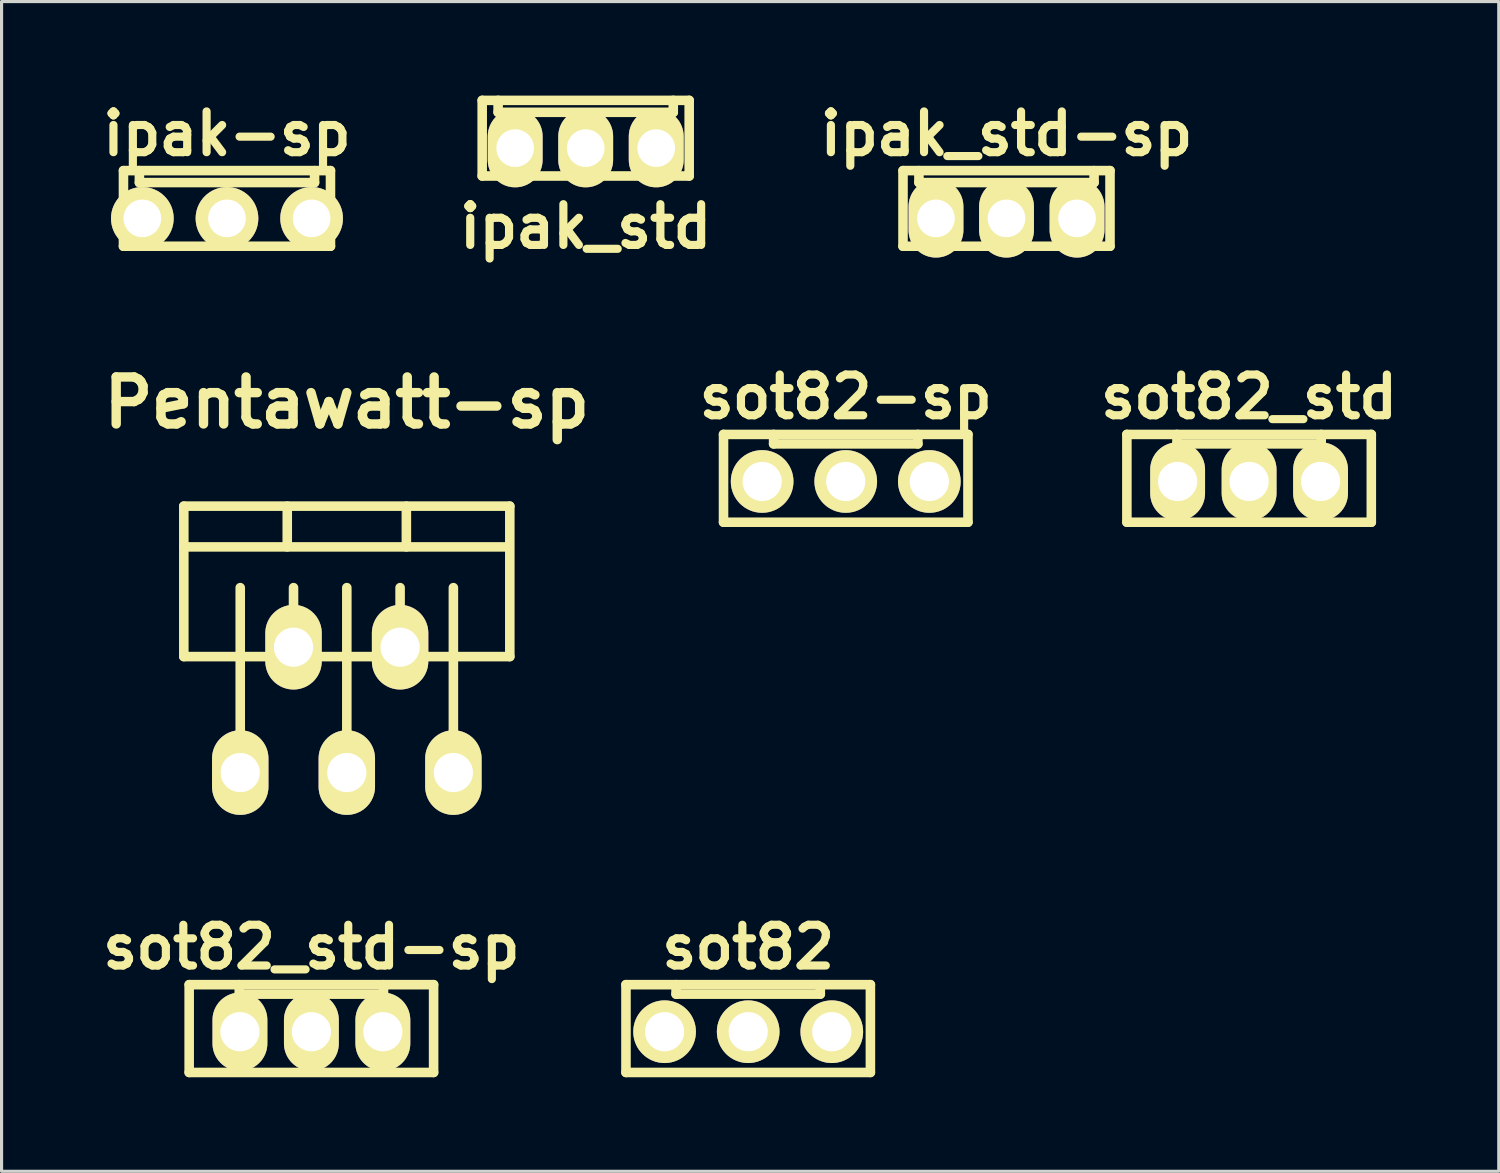
<source format=kicad_pcb>
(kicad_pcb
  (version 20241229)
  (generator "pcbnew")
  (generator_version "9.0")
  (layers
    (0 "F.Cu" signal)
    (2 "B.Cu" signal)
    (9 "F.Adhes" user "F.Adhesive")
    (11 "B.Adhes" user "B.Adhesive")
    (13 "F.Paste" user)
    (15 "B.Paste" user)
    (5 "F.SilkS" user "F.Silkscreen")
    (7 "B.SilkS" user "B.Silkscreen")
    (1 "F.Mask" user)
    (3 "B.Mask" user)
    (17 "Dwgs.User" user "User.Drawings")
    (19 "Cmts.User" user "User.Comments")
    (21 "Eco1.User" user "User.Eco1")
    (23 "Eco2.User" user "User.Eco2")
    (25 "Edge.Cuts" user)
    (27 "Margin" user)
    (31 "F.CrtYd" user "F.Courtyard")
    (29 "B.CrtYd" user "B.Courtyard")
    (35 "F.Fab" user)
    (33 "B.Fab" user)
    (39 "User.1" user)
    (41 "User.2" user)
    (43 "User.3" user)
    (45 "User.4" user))
  (footprint "ipak_std-sp"
    (layer "F.Cu")
    (at 29.06 3.917)
    (property "Reference" "ipak_std-sp" (at 0 -2.7 0) (layer "F.SilkS") (effects (font (size 1.3 1.3) (thickness 0.26))))
    (attr through_hole)
    (fp_line (start -3.302 -1.524) (end 3.302 -1.524) (stroke (width 0.305) (type solid)) (layer "F.SilkS"))
    (fp_line (start -3.302 0.889) (end -3.302 -1.524) (stroke (width 0.305) (type solid)) (layer "F.SilkS"))
    (fp_line (start -2.794 -1.524) (end -2.794 -1.143) (stroke (width 0.305) (type solid)) (layer "F.SilkS"))
    (fp_line (start -2.794 -1.143) (end 2.794 -1.143) (stroke (width 0.305) (type solid)) (layer "F.SilkS"))
    (fp_line (start 2.794 -1.143) (end 2.794 -1.524) (stroke (width 0.305) (type solid)) (layer "F.SilkS"))
    (fp_line (start 3.302 -1.524) (end 3.302 0.889) (stroke (width 0.305) (type solid)) (layer "F.SilkS"))
    (fp_line (start 3.302 0.889) (end -3.302 0.889) (stroke (width 0.305) (type solid)) (layer "F.SilkS"))
    (pad "1" thru_hole oval (at -2.25 0) (size 1.75 2.5) (drill 1.2) (layers "*.Cu" "*.Mask" "F.SilkS"))
    (pad "2" thru_hole oval (at 0 0) (size 1.75 2.5) (drill 1.2) (layers "*.Cu" "*.Mask" "F.SilkS"))
    (pad "3" thru_hole oval (at 2.25 0) (size 1.75 2.5) (drill 1.2) (layers "*.Cu" "*.Mask" "F.SilkS")))
  (footprint "sot82_std-sp"
    (layer "F.Cu")
    (at 6.884 29.864)
    (property "Reference" "sot82_std-sp" (at 0 -2.7 0) (layer "F.SilkS") (effects (font (size 1.3 1.3) (thickness 0.26))))
    (attr through_hole)
    (fp_line (start -3.899 -1.501) (end -3.899 1.3) (stroke (width 0.305) (type solid)) (layer "F.SilkS"))
    (fp_line (start -3.899 1.3) (end 3.899 1.3) (stroke (width 0.305) (type solid)) (layer "F.SilkS"))
    (fp_line (start -2.301 -1.501) (end -2.301 -1.199) (stroke (width 0.305) (type solid)) (layer "F.SilkS"))
    (fp_line (start -2.301 -1.199) (end 2.301 -1.199) (stroke (width 0.305) (type solid)) (layer "F.SilkS"))
    (fp_line (start 2.301 -1.199) (end 2.301 -1.501) (stroke (width 0.305) (type solid)) (layer "F.SilkS"))
    (fp_line (start 3.899 -1.501) (end -3.899 -1.501) (stroke (width 0.305) (type solid)) (layer "F.SilkS"))
    (fp_line (start 3.899 1.3) (end 3.899 -1.501) (stroke (width 0.305) (type solid)) (layer "F.SilkS"))
    (pad "1" thru_hole oval (at -2.28 0) (size 1.75 2.5) (drill 1.25) (layers "*.Cu" "*.Mask" "F.SilkS"))
    (pad "2" thru_hole oval (at 0 0) (size 1.75 2.5) (drill 1.25) (layers "*.Cu" "*.Mask" "F.SilkS"))
    (pad "3" thru_hole oval (at 2.28 0) (size 1.75 2.5) (drill 1.25) (layers "*.Cu" "*.Mask" "F.SilkS")))
  (footprint "sot82"
    (layer "F.Cu")
    (at 20.819 29.864)
    (property "Reference" "sot82" (at 0 -2.7 0) (layer "F.SilkS") (effects (font (size 1.3 1.3) (thickness 0.26))))
    (attr through_hole)
    (fp_line (start -3.899 -1.501) (end -3.899 1.3) (stroke (width 0.305) (type solid)) (layer "F.SilkS"))
    (fp_line (start -3.899 1.3) (end 3.899 1.3) (stroke (width 0.305) (type solid)) (layer "F.SilkS"))
    (fp_line (start -2.301 -1.501) (end -2.301 -1.199) (stroke (width 0.305) (type solid)) (layer "F.SilkS"))
    (fp_line (start -2.301 -1.199) (end 2.301 -1.199) (stroke (width 0.305) (type solid)) (layer "F.SilkS"))
    (fp_line (start 2.301 -1.199) (end 2.301 -1.501) (stroke (width 0.305) (type solid)) (layer "F.SilkS"))
    (fp_line (start 3.899 -1.501) (end -3.899 -1.501) (stroke (width 0.305) (type solid)) (layer "F.SilkS"))
    (fp_line (start 3.899 1.3) (end 3.899 -1.501) (stroke (width 0.305) (type solid)) (layer "F.SilkS"))
    (pad "1" thru_hole circle (at 2.667 0) (size 1.999 1.999) (drill 1.25) (layers "*.Cu" "*.Mask" "F.SilkS"))
    (pad "2" thru_hole circle (at 0 0) (size 1.999 1.999) (drill 1.25) (layers "*.Cu" "*.Mask" "F.SilkS"))
    (pad "3" thru_hole circle (at -2.667 0) (size 1.999 1.999) (drill 1.25) (layers "*.Cu" "*.Mask" "F.SilkS")))
  (footprint "ipak_std"
    (layer "F.Cu")
    (at 15.635 1.676)
    (property "Reference" "ipak_std" (at 0 2.5 0) (layer "F.SilkS") (effects (font (size 1.3 1.3) (thickness 0.26))))
    (attr through_hole)
    (fp_line (start -3.302 -1.524) (end 3.302 -1.524) (stroke (width 0.305) (type solid)) (layer "F.SilkS"))
    (fp_line (start -3.302 0.889) (end -3.302 -1.524) (stroke (width 0.305) (type solid)) (layer "F.SilkS"))
    (fp_line (start -2.794 -1.524) (end -2.794 -1.143) (stroke (width 0.305) (type solid)) (layer "F.SilkS"))
    (fp_line (start -2.794 -1.143) (end 2.794 -1.143) (stroke (width 0.305) (type solid)) (layer "F.SilkS"))
    (fp_line (start 2.794 -1.143) (end 2.794 -1.524) (stroke (width 0.305) (type solid)) (layer "F.SilkS"))
    (fp_line (start 3.302 -1.524) (end 3.302 0.889) (stroke (width 0.305) (type solid)) (layer "F.SilkS"))
    (fp_line (start 3.302 0.889) (end -3.302 0.889) (stroke (width 0.305) (type solid)) (layer "F.SilkS"))
    (pad "1" thru_hole oval (at 2.25 0) (size 1.75 2.5) (drill 1.2) (layers "*.Cu" "*.Mask" "F.SilkS"))
    (pad "2" thru_hole oval (at 0 0) (size 1.75 2.5) (drill 1.2) (layers "*.Cu" "*.Mask" "F.SilkS"))
    (pad "3" thru_hole oval (at -2.25 0) (size 1.75 2.5) (drill 1.2) (layers "*.Cu" "*.Mask" "F.SilkS")))
  (footprint "ipak-sp"
    (layer "F.Cu")
    (at 4.191 3.917)
    (property "Reference" "ipak-sp" (at 0 -2.7 0) (layer "F.SilkS") (effects (font (size 1.3 1.3) (thickness 0.26))))
    (attr through_hole)
    (fp_line (start -3.302 -1.524) (end 3.302 -1.524) (stroke (width 0.305) (type solid)) (layer "F.SilkS"))
    (fp_line (start -3.302 0.889) (end -3.302 -1.524) (stroke (width 0.305) (type solid)) (layer "F.SilkS"))
    (fp_line (start -2.794 -1.524) (end -2.794 -1.143) (stroke (width 0.305) (type solid)) (layer "F.SilkS"))
    (fp_line (start -2.794 -1.143) (end 2.794 -1.143) (stroke (width 0.305) (type solid)) (layer "F.SilkS"))
    (fp_line (start 2.794 -1.143) (end 2.794 -1.524) (stroke (width 0.305) (type solid)) (layer "F.SilkS"))
    (fp_line (start 3.302 -1.524) (end 3.302 0.889) (stroke (width 0.305) (type solid)) (layer "F.SilkS"))
    (fp_line (start 3.302 0.889) (end -3.302 0.889) (stroke (width 0.305) (type solid)) (layer "F.SilkS"))
    (pad "1" thru_hole circle (at -2.7 0) (size 2 2) (drill 1.2) (layers "*.Cu" "*.Mask" "F.SilkS"))
    (pad "2" thru_hole circle (at 0 0) (size 2 2) (drill 1.2) (layers "*.Cu" "*.Mask" "F.SilkS"))
    (pad "3" thru_hole circle (at 2.7 0) (size 2 2) (drill 1.2) (layers "*.Cu" "*.Mask" "F.SilkS")))
  (footprint "sot82_std"
    (layer "F.Cu")
    (at 36.799 12.31)
    (property "Reference" "sot82_std" (at 0 -2.7 0) (layer "F.SilkS") (effects (font (size 1.3 1.3) (thickness 0.26))))
    (attr through_hole)
    (fp_line (start -3.899 -1.501) (end -3.899 1.3) (stroke (width 0.305) (type solid)) (layer "F.SilkS"))
    (fp_line (start -3.899 1.3) (end 3.899 1.3) (stroke (width 0.305) (type solid)) (layer "F.SilkS"))
    (fp_line (start -2.301 -1.501) (end -2.301 -1.199) (stroke (width 0.305) (type solid)) (layer "F.SilkS"))
    (fp_line (start -2.301 -1.199) (end 2.301 -1.199) (stroke (width 0.305) (type solid)) (layer "F.SilkS"))
    (fp_line (start 2.301 -1.199) (end 2.301 -1.501) (stroke (width 0.305) (type solid)) (layer "F.SilkS"))
    (fp_line (start 3.899 -1.501) (end -3.899 -1.501) (stroke (width 0.305) (type solid)) (layer "F.SilkS"))
    (fp_line (start 3.899 1.3) (end 3.899 -1.501) (stroke (width 0.305) (type solid)) (layer "F.SilkS"))
    (pad "1" thru_hole oval (at 2.28 0) (size 1.75 2.5) (drill 1.25) (layers "*.Cu" "*.Mask" "F.SilkS"))
    (pad "2" thru_hole oval (at 0 0) (size 1.75 2.5) (drill 1.25) (layers "*.Cu" "*.Mask" "F.SilkS"))
    (pad "3" thru_hole oval (at -2.28 0) (size 1.75 2.5) (drill 1.25) (layers "*.Cu" "*.Mask" "F.SilkS")))
  (footprint "Pentawatt-sp"
    (layer "F.Cu")
    (at 8.014 17.597)
    (property "Reference" "Pentawatt-sp" (at 0 -7.8 0) (layer "F.SilkS") (effects (font (size 1.5 1.5) (thickness 0.3))))
    (attr through_hole)
    (fp_line (start -5.2 -4.5) (end 5.2 -4.5) (stroke (width 0.305) (type solid)) (layer "F.SilkS"))
    (fp_line (start -5.2 -3.2) (end 5.1 -3.2) (stroke (width 0.305) (type solid)) (layer "F.SilkS"))
    (fp_line (start -5.2 0.3) (end -5.2 -4.5) (stroke (width 0.305) (type solid)) (layer "F.SilkS"))
    (fp_line (start -3.4 -1.9) (end -3.4 4) (stroke (width 0.305) (type solid)) (layer "F.SilkS"))
    (fp_line (start -1.9 -3.2) (end -1.9 -4.5) (stroke (width 0.305) (type solid)) (layer "F.SilkS"))
    (fp_line (start -1.7 -1.9) (end -1.7 0) (stroke (width 0.305) (type solid)) (layer "F.SilkS"))
    (fp_line (start 0 -1.9) (end 0 4) (stroke (width 0.305) (type solid)) (layer "F.SilkS"))
    (fp_line (start 1.7 -1.9) (end 1.7 0) (stroke (width 0.305) (type solid)) (layer "F.SilkS"))
    (fp_line (start 1.9 -4.5) (end 1.9 -3.2) (stroke (width 0.305) (type solid)) (layer "F.SilkS"))
    (fp_line (start 3.4 -1.9) (end 3.4 4) (stroke (width 0.305) (type solid)) (layer "F.SilkS"))
    (fp_line (start 5.2 -4.5) (end 5.2 0.3) (stroke (width 0.305) (type solid)) (layer "F.SilkS"))
    (fp_line (start 5.2 0.3) (end -5.2 0.3) (stroke (width 0.305) (type solid)) (layer "F.SilkS"))
    (pad "1" thru_hole oval (at -3.4 4) (size 1.8 2.7) (drill 1.25) (layers "*.Cu" "*.Mask" "F.SilkS"))
    (pad "2" thru_hole oval (at -1.7 0) (size 1.8 2.7) (drill 1.25) (layers "*.Cu" "*.Mask" "F.SilkS"))
    (pad "3" thru_hole oval (at 0 4) (size 1.8 2.7) (drill 1.25) (layers "*.Cu" "*.Mask" "F.SilkS"))
    (pad "4" thru_hole oval (at 1.7 0) (size 1.8 2.7) (drill 1.25) (layers "*.Cu" "*.Mask" "F.SilkS"))
    (pad "5" thru_hole oval (at 3.4 4) (size 1.8 2.7) (drill 1.25) (layers "*.Cu" "*.Mask" "F.SilkS")))
  (footprint "sot82-sp"
    (layer "F.Cu")
    (at 23.931 12.31)
    (property "Reference" "sot82-sp" (at 0 -2.7 0) (layer "F.SilkS") (effects (font (size 1.3 1.3) (thickness 0.26))))
    (attr through_hole)
    (fp_line (start -3.899 -1.501) (end -3.899 1.3) (stroke (width 0.305) (type solid)) (layer "F.SilkS"))
    (fp_line (start -3.899 1.3) (end 3.899 1.3) (stroke (width 0.305) (type solid)) (layer "F.SilkS"))
    (fp_line (start -2.301 -1.501) (end -2.301 -1.199) (stroke (width 0.305) (type solid)) (layer "F.SilkS"))
    (fp_line (start -2.301 -1.199) (end 2.301 -1.199) (stroke (width 0.305) (type solid)) (layer "F.SilkS"))
    (fp_line (start 2.301 -1.199) (end 2.301 -1.501) (stroke (width 0.305) (type solid)) (layer "F.SilkS"))
    (fp_line (start 3.899 -1.501) (end -3.899 -1.501) (stroke (width 0.305) (type solid)) (layer "F.SilkS"))
    (fp_line (start 3.899 1.3) (end 3.899 -1.501) (stroke (width 0.305) (type solid)) (layer "F.SilkS"))
    (pad "1" thru_hole circle (at -2.667 0) (size 1.999 1.999) (drill 1.25) (layers "*.Cu" "*.Mask" "F.SilkS"))
    (pad "2" thru_hole circle (at 0 0) (size 1.999 1.999) (drill 1.25) (layers "*.Cu" "*.Mask" "F.SilkS"))
    (pad "3" thru_hole circle (at 2.667 0) (size 1.999 1.999) (drill 1.25) (layers "*.Cu" "*.Mask" "F.SilkS")))
  (gr_rect
    (start -3 -3)
    (end 44.764 34.317)
    (stroke (width 0.1) (type default))
    (fill no)
    (layer "Edge.Cuts")))
</source>
